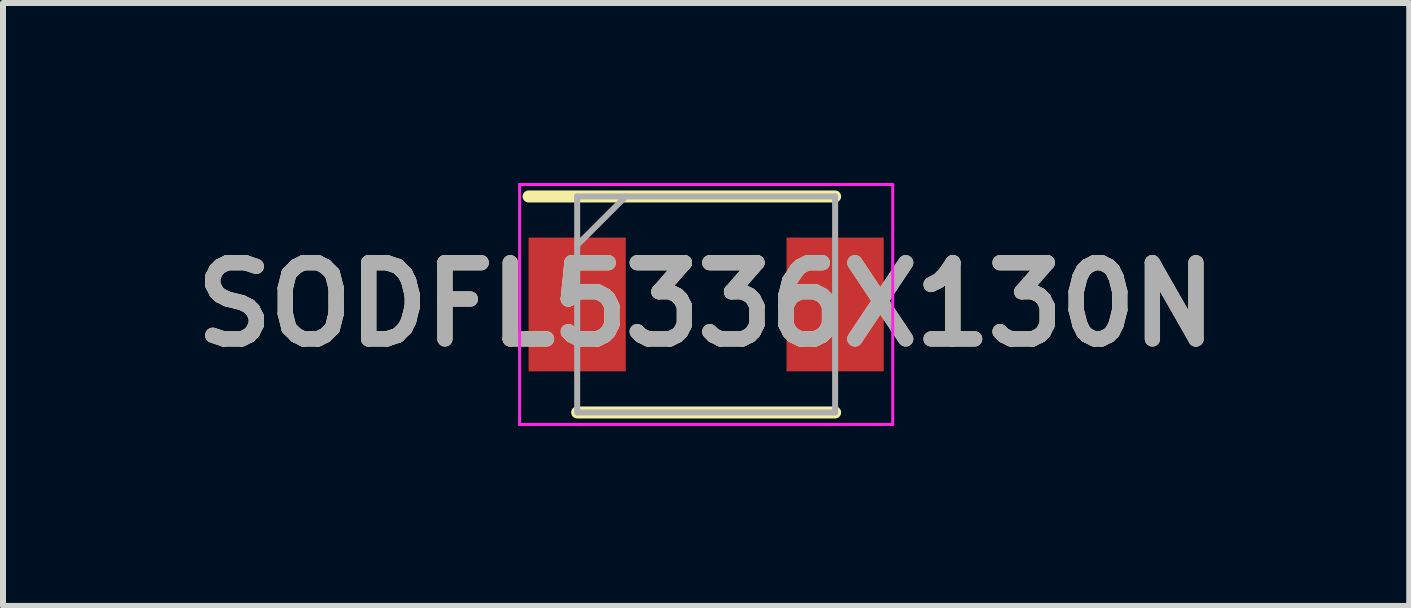
<source format=kicad_pcb>
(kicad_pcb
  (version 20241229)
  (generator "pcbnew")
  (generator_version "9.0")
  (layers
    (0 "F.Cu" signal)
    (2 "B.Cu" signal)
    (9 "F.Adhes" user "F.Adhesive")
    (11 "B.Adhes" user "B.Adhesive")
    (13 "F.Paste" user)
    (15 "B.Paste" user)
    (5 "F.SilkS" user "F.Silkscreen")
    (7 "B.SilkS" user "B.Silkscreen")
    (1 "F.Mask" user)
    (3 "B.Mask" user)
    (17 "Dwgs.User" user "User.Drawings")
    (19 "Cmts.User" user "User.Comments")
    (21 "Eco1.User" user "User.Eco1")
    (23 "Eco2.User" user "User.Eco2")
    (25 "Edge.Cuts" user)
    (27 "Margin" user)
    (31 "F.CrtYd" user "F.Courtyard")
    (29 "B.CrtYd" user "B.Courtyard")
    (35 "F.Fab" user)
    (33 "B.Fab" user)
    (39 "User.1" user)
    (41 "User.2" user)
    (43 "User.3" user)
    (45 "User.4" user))
  (footprint "SODFL5336X130N"
    (layer "F.Cu")
    (at 8.721 2.025)
    (property "Reference" "SODFL5336X130N" (at 0 0 0) (layer "F.SilkS") (effects (font (size 1.27 1.27) (thickness 0.254))))
    (attr smd)
    (fp_line (start -2.96 -1.8) (end 2.15 -1.8) (stroke (width 0.2) (type solid)) (layer "F.SilkS"))
    (fp_line (start -2.15 1.8) (end 2.15 1.8) (stroke (width 0.2) (type solid)) (layer "F.SilkS"))
    (fp_line (start -3.11 -2) (end 3.11 -2) (stroke (width 0.05) (type solid)) (layer "F.CrtYd"))
    (fp_line (start -3.11 2) (end -3.11 -2) (stroke (width 0.05) (type solid)) (layer "F.CrtYd"))
    (fp_line (start 3.11 -2) (end 3.11 2) (stroke (width 0.05) (type solid)) (layer "F.CrtYd"))
    (fp_line (start 3.11 2) (end -3.11 2) (stroke (width 0.05) (type solid)) (layer "F.CrtYd"))
    (fp_line (start -2.15 -1.8) (end 2.15 -1.8) (stroke (width 0.1) (type solid)) (layer "F.Fab"))
    (fp_line (start -2.15 -0.99) (end -1.34 -1.8) (stroke (width 0.1) (type solid)) (layer "F.Fab"))
    (fp_line (start -2.15 1.8) (end -2.15 -1.8) (stroke (width 0.1) (type solid)) (layer "F.Fab"))
    (fp_line (start 2.15 -1.8) (end 2.15 1.8) (stroke (width 0.1) (type solid)) (layer "F.Fab"))
    (fp_line (start 2.15 1.8) (end -2.15 1.8) (stroke (width 0.1) (type solid)) (layer "F.Fab"))
    (fp_text user "${REFERENCE}" (at 0 0 0) (layer "F.Fab") (effects (font (size 1.27 1.27) (thickness 0.254))))
    (pad "1" smd rect (at -2.15 0) (size 1.62 2.23) (layers "F.Cu" "F.Mask" "F.Paste"))
    (pad "2" smd rect (at 2.15 0) (size 1.62 2.23) (layers "F.Cu" "F.Mask" "F.Paste")))
  (gr_rect
    (start -3 -3)
    (end 20.441 7.05)
    (stroke (width 0.1) (type default))
    (fill no)
    (layer "Edge.Cuts")))
</source>
